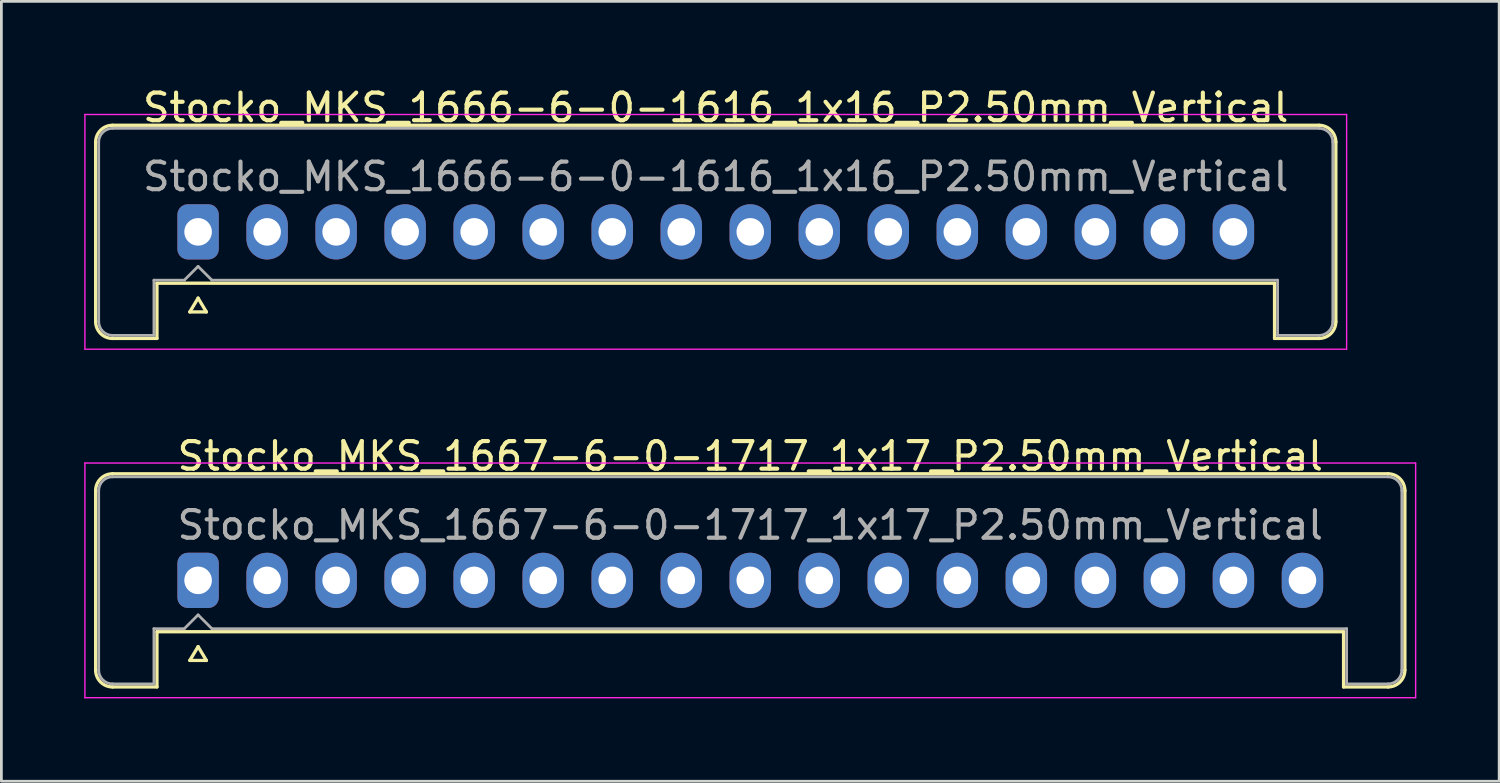
<source format=kicad_pcb>
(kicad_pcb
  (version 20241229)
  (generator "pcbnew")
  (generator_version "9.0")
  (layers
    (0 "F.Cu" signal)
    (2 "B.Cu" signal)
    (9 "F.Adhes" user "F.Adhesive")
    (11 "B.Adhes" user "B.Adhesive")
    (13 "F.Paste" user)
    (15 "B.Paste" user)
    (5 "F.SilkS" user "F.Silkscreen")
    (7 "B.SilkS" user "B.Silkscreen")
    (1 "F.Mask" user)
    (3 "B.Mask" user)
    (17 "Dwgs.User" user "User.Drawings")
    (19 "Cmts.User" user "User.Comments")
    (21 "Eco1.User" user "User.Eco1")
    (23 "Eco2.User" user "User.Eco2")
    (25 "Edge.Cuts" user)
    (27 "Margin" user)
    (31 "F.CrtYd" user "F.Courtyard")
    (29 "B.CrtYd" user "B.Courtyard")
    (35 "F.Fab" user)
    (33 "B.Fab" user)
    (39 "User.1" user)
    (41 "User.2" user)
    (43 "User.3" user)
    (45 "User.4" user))
  (footprint "Stocko_MKS_1666-6-0-1616_1x16_P2.50mm_Vertical"
    (layer "F.Cu")
    (at 4.125 5.348)
    (property "Reference" "Stocko_MKS_1666-6-0-1616_1x16_P2.50mm_Vertical" (at 18.75 -4.5 0) (layer "F.SilkS") (effects (font (size 1 1) (thickness 0.15))))
    (attr through_hole)
    (fp_line (start -3.71 -3.25) (end -3.71 3.25) (stroke (width 0.12) (type solid)) (layer "F.SilkS"))
    (fp_line (start -3.1 -3.86) (end 40.6 -3.86) (stroke (width 0.12) (type solid)) (layer "F.SilkS"))
    (fp_line (start -3.1 3.86) (end -1.49 3.86) (stroke (width 0.12) (type solid)) (layer "F.SilkS"))
    (fp_line (start -1.49 1.86) (end 38.99 1.86) (stroke (width 0.12) (type solid)) (layer "F.SilkS"))
    (fp_line (start -1.49 3.86) (end -1.49 1.86) (stroke (width 0.12) (type solid)) (layer "F.SilkS"))
    (fp_line (start -0.3 2.9) (end 0.3 2.9) (stroke (width 0.12) (type solid)) (layer "F.SilkS"))
    (fp_line (start 0 2.4) (end -0.3 2.9) (stroke (width 0.12) (type solid)) (layer "F.SilkS"))
    (fp_line (start 0.3 2.9) (end 0 2.4) (stroke (width 0.12) (type solid)) (layer "F.SilkS"))
    (fp_line (start 38.99 3.86) (end 38.99 1.86) (stroke (width 0.12) (type solid)) (layer "F.SilkS"))
    (fp_line (start 40.6 3.86) (end 38.99 3.86) (stroke (width 0.12) (type solid)) (layer "F.SilkS"))
    (fp_line (start 41.21 -3.25) (end 41.21 3.25) (stroke (width 0.12) (type solid)) (layer "F.SilkS"))
    (fp_arc (start -3.71 -3.25) (mid -3.531335 -3.681335) (end -3.1 -3.86) (stroke (width 0.12) (type solid)) (layer "F.SilkS"))
    (fp_arc (start -3.1 3.86) (mid -3.531335 3.681335) (end -3.71 3.25) (stroke (width 0.12) (type solid)) (layer "F.SilkS"))
    (fp_arc (start 40.6 -3.86) (mid 41.031335 -3.681335) (end 41.21 -3.25) (stroke (width 0.12) (type solid)) (layer "F.SilkS"))
    (fp_arc (start 41.21 3.25) (mid 41.031335 3.681335) (end 40.6 3.86) (stroke (width 0.12) (type solid)) (layer "F.SilkS"))
    (fp_line (start -4.1 -4.25) (end -4.1 4.25) (stroke (width 0.05) (type solid)) (layer "F.CrtYd"))
    (fp_line (start -4.1 4.25) (end 41.6 4.25) (stroke (width 0.05) (type solid)) (layer "F.CrtYd"))
    (fp_line (start 41.6 -4.25) (end -4.1 -4.25) (stroke (width 0.05) (type solid)) (layer "F.CrtYd"))
    (fp_line (start 41.6 4.25) (end 41.6 -4.25) (stroke (width 0.05) (type solid)) (layer "F.CrtYd"))
    (fp_line (start -3.6 -3.25) (end -3.6 3.25) (stroke (width 0.1) (type solid)) (layer "F.Fab"))
    (fp_line (start -3.1 -3.75) (end 40.6 -3.75) (stroke (width 0.1) (type solid)) (layer "F.Fab"))
    (fp_line (start -3.1 3.75) (end -1.6 3.75) (stroke (width 0.1) (type solid)) (layer "F.Fab"))
    (fp_line (start -1.6 1.75) (end -0.5 1.75) (stroke (width 0.1) (type solid)) (layer "F.Fab"))
    (fp_line (start -1.6 3.75) (end -1.6 1.75) (stroke (width 0.1) (type solid)) (layer "F.Fab"))
    (fp_line (start -0.5 1.75) (end 0 1.25) (stroke (width 0.1) (type solid)) (layer "F.Fab"))
    (fp_line (start 0 1.25) (end 0.5 1.75) (stroke (width 0.1) (type solid)) (layer "F.Fab"))
    (fp_line (start 0.5 1.75) (end 39.1 1.75) (stroke (width 0.1) (type solid)) (layer "F.Fab"))
    (fp_line (start 39.1 3.75) (end 39.1 1.75) (stroke (width 0.1) (type solid)) (layer "F.Fab"))
    (fp_line (start 40.6 3.75) (end 39.1 3.75) (stroke (width 0.1) (type solid)) (layer "F.Fab"))
    (fp_line (start 41.1 -3.25) (end 41.1 3.25) (stroke (width 0.1) (type solid)) (layer "F.Fab"))
    (fp_arc (start -3.6 -3.25) (mid -3.453553 -3.603553) (end -3.1 -3.75) (stroke (width 0.1) (type solid)) (layer "F.Fab"))
    (fp_arc (start -3.1 3.75) (mid -3.453553 3.603553) (end -3.6 3.25) (stroke (width 0.1) (type solid)) (layer "F.Fab"))
    (fp_arc (start 40.6 -3.75) (mid 40.953553 -3.603553) (end 41.1 -3.25) (stroke (width 0.1) (type solid)) (layer "F.Fab"))
    (fp_arc (start 41.1 3.25) (mid 40.953553 3.603553) (end 40.6 3.75) (stroke (width 0.1) (type solid)) (layer "F.Fab"))
    (fp_text user "${REFERENCE}" (at 18.75 -2 0) (layer "F.Fab") (effects (font (size 1 1) (thickness 0.15))))
    (pad "1" thru_hole roundrect (at 0 0) (size 1.5 2) (drill 1) (layers "*.Cu" "*.Mask") (roundrect_rratio 0.25))
    (pad "2" thru_hole oval (at 2.5 0) (size 1.5 2) (drill 1) (layers "*.Cu" "*.Mask"))
    (pad "3" thru_hole oval (at 5 0) (size 1.5 2) (drill 1) (layers "*.Cu" "*.Mask"))
    (pad "4" thru_hole oval (at 7.5 0) (size 1.5 2) (drill 1) (layers "*.Cu" "*.Mask"))
    (pad "5" thru_hole oval (at 10 0) (size 1.5 2) (drill 1) (layers "*.Cu" "*.Mask"))
    (pad "6" thru_hole oval (at 12.5 0) (size 1.5 2) (drill 1) (layers "*.Cu" "*.Mask"))
    (pad "7" thru_hole oval (at 15 0) (size 1.5 2) (drill 1) (layers "*.Cu" "*.Mask"))
    (pad "8" thru_hole oval (at 17.5 0) (size 1.5 2) (drill 1) (layers "*.Cu" "*.Mask"))
    (pad "9" thru_hole oval (at 20 0) (size 1.5 2) (drill 1) (layers "*.Cu" "*.Mask"))
    (pad "10" thru_hole oval (at 22.5 0) (size 1.5 2) (drill 1) (layers "*.Cu" "*.Mask"))
    (pad "11" thru_hole oval (at 25 0) (size 1.5 2) (drill 1) (layers "*.Cu" "*.Mask"))
    (pad "12" thru_hole oval (at 27.5 0) (size 1.5 2) (drill 1) (layers "*.Cu" "*.Mask"))
    (pad "13" thru_hole oval (at 30 0) (size 1.5 2) (drill 1) (layers "*.Cu" "*.Mask"))
    (pad "14" thru_hole oval (at 32.5 0) (size 1.5 2) (drill 1) (layers "*.Cu" "*.Mask"))
    (pad "15" thru_hole oval (at 35 0) (size 1.5 2) (drill 1) (layers "*.Cu" "*.Mask"))
    (pad "16" thru_hole oval (at 37.5 0) (size 1.5 2) (drill 1) (layers "*.Cu" "*.Mask")))
  (footprint "Stocko_MKS_1667-6-0-1717_1x17_P2.50mm_Vertical"
    (layer "F.Cu")
    (at 4.125 17.971)
    (property "Reference" "Stocko_MKS_1667-6-0-1717_1x17_P2.50mm_Vertical" (at 20 -4.5 0) (layer "F.SilkS") (effects (font (size 1 1) (thickness 0.15))))
    (attr through_hole)
    (fp_line (start -3.71 -3.25) (end -3.71 3.25) (stroke (width 0.12) (type solid)) (layer "F.SilkS"))
    (fp_line (start -3.1 -3.86) (end 43.1 -3.86) (stroke (width 0.12) (type solid)) (layer "F.SilkS"))
    (fp_line (start -3.1 3.86) (end -1.49 3.86) (stroke (width 0.12) (type solid)) (layer "F.SilkS"))
    (fp_line (start -1.49 1.86) (end 41.49 1.86) (stroke (width 0.12) (type solid)) (layer "F.SilkS"))
    (fp_line (start -1.49 3.86) (end -1.49 1.86) (stroke (width 0.12) (type solid)) (layer "F.SilkS"))
    (fp_line (start -0.3 2.9) (end 0.3 2.9) (stroke (width 0.12) (type solid)) (layer "F.SilkS"))
    (fp_line (start 0 2.4) (end -0.3 2.9) (stroke (width 0.12) (type solid)) (layer "F.SilkS"))
    (fp_line (start 0.3 2.9) (end 0 2.4) (stroke (width 0.12) (type solid)) (layer "F.SilkS"))
    (fp_line (start 41.49 3.86) (end 41.49 1.86) (stroke (width 0.12) (type solid)) (layer "F.SilkS"))
    (fp_line (start 43.1 3.86) (end 41.49 3.86) (stroke (width 0.12) (type solid)) (layer "F.SilkS"))
    (fp_line (start 43.71 -3.25) (end 43.71 3.25) (stroke (width 0.12) (type solid)) (layer "F.SilkS"))
    (fp_arc (start -3.71 -3.25) (mid -3.531335 -3.681335) (end -3.1 -3.86) (stroke (width 0.12) (type solid)) (layer "F.SilkS"))
    (fp_arc (start -3.1 3.86) (mid -3.531335 3.681335) (end -3.71 3.25) (stroke (width 0.12) (type solid)) (layer "F.SilkS"))
    (fp_arc (start 43.1 -3.86) (mid 43.531335 -3.681335) (end 43.71 -3.25) (stroke (width 0.12) (type solid)) (layer "F.SilkS"))
    (fp_arc (start 43.71 3.25) (mid 43.531335 3.681335) (end 43.1 3.86) (stroke (width 0.12) (type solid)) (layer "F.SilkS"))
    (fp_line (start -4.1 -4.25) (end -4.1 4.25) (stroke (width 0.05) (type solid)) (layer "F.CrtYd"))
    (fp_line (start -4.1 4.25) (end 44.1 4.25) (stroke (width 0.05) (type solid)) (layer "F.CrtYd"))
    (fp_line (start 44.1 -4.25) (end -4.1 -4.25) (stroke (width 0.05) (type solid)) (layer "F.CrtYd"))
    (fp_line (start 44.1 4.25) (end 44.1 -4.25) (stroke (width 0.05) (type solid)) (layer "F.CrtYd"))
    (fp_line (start -3.6 -3.25) (end -3.6 3.25) (stroke (width 0.1) (type solid)) (layer "F.Fab"))
    (fp_line (start -3.1 -3.75) (end 43.1 -3.75) (stroke (width 0.1) (type solid)) (layer "F.Fab"))
    (fp_line (start -3.1 3.75) (end -1.6 3.75) (stroke (width 0.1) (type solid)) (layer "F.Fab"))
    (fp_line (start -1.6 1.75) (end -0.5 1.75) (stroke (width 0.1) (type solid)) (layer "F.Fab"))
    (fp_line (start -1.6 3.75) (end -1.6 1.75) (stroke (width 0.1) (type solid)) (layer "F.Fab"))
    (fp_line (start -0.5 1.75) (end 0 1.25) (stroke (width 0.1) (type solid)) (layer "F.Fab"))
    (fp_line (start 0 1.25) (end 0.5 1.75) (stroke (width 0.1) (type solid)) (layer "F.Fab"))
    (fp_line (start 0.5 1.75) (end 41.6 1.75) (stroke (width 0.1) (type solid)) (layer "F.Fab"))
    (fp_line (start 41.6 3.75) (end 41.6 1.75) (stroke (width 0.1) (type solid)) (layer "F.Fab"))
    (fp_line (start 43.1 3.75) (end 41.6 3.75) (stroke (width 0.1) (type solid)) (layer "F.Fab"))
    (fp_line (start 43.6 -3.25) (end 43.6 3.25) (stroke (width 0.1) (type solid)) (layer "F.Fab"))
    (fp_arc (start -3.6 -3.25) (mid -3.453553 -3.603553) (end -3.1 -3.75) (stroke (width 0.1) (type solid)) (layer "F.Fab"))
    (fp_arc (start -3.1 3.75) (mid -3.453553 3.603553) (end -3.6 3.25) (stroke (width 0.1) (type solid)) (layer "F.Fab"))
    (fp_arc (start 43.1 -3.75) (mid 43.453553 -3.603553) (end 43.6 -3.25) (stroke (width 0.1) (type solid)) (layer "F.Fab"))
    (fp_arc (start 43.6 3.25) (mid 43.453553 3.603553) (end 43.1 3.75) (stroke (width 0.1) (type solid)) (layer "F.Fab"))
    (fp_text user "${REFERENCE}" (at 20 -2 0) (layer "F.Fab") (effects (font (size 1 1) (thickness 0.15))))
    (pad "1" thru_hole roundrect (at 0 0) (size 1.5 2) (drill 1) (layers "*.Cu" "*.Mask") (roundrect_rratio 0.25))
    (pad "2" thru_hole oval (at 2.5 0) (size 1.5 2) (drill 1) (layers "*.Cu" "*.Mask"))
    (pad "3" thru_hole oval (at 5 0) (size 1.5 2) (drill 1) (layers "*.Cu" "*.Mask"))
    (pad "4" thru_hole oval (at 7.5 0) (size 1.5 2) (drill 1) (layers "*.Cu" "*.Mask"))
    (pad "5" thru_hole oval (at 10 0) (size 1.5 2) (drill 1) (layers "*.Cu" "*.Mask"))
    (pad "6" thru_hole oval (at 12.5 0) (size 1.5 2) (drill 1) (layers "*.Cu" "*.Mask"))
    (pad "7" thru_hole oval (at 15 0) (size 1.5 2) (drill 1) (layers "*.Cu" "*.Mask"))
    (pad "8" thru_hole oval (at 17.5 0) (size 1.5 2) (drill 1) (layers "*.Cu" "*.Mask"))
    (pad "9" thru_hole oval (at 20 0) (size 1.5 2) (drill 1) (layers "*.Cu" "*.Mask"))
    (pad "10" thru_hole oval (at 22.5 0) (size 1.5 2) (drill 1) (layers "*.Cu" "*.Mask"))
    (pad "11" thru_hole oval (at 25 0) (size 1.5 2) (drill 1) (layers "*.Cu" "*.Mask"))
    (pad "12" thru_hole oval (at 27.5 0) (size 1.5 2) (drill 1) (layers "*.Cu" "*.Mask"))
    (pad "13" thru_hole oval (at 30 0) (size 1.5 2) (drill 1) (layers "*.Cu" "*.Mask"))
    (pad "14" thru_hole oval (at 32.5 0) (size 1.5 2) (drill 1) (layers "*.Cu" "*.Mask"))
    (pad "15" thru_hole oval (at 35 0) (size 1.5 2) (drill 1) (layers "*.Cu" "*.Mask"))
    (pad "16" thru_hole oval (at 37.5 0) (size 1.5 2) (drill 1) (layers "*.Cu" "*.Mask"))
    (pad "17" thru_hole oval (at 40 0) (size 1.5 2) (drill 1) (layers "*.Cu" "*.Mask")))
  (gr_rect
    (start -3 -3)
    (end 51.25 25.247)
    (stroke (width 0.1) (type default))
    (fill no)
    (layer "Edge.Cuts")))
</source>
